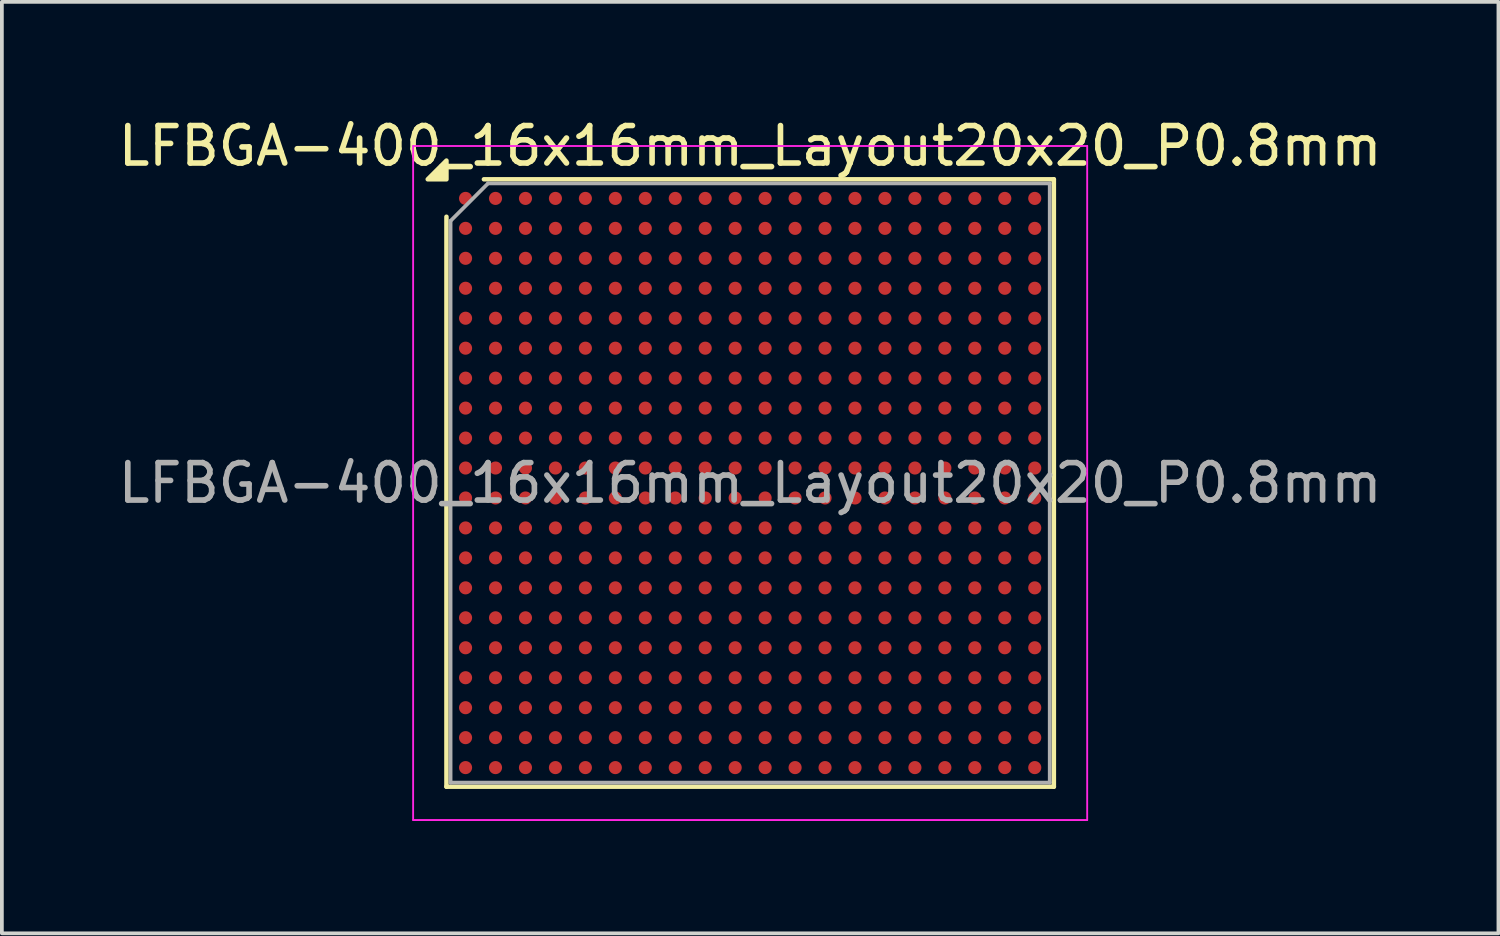
<source format=kicad_pcb>
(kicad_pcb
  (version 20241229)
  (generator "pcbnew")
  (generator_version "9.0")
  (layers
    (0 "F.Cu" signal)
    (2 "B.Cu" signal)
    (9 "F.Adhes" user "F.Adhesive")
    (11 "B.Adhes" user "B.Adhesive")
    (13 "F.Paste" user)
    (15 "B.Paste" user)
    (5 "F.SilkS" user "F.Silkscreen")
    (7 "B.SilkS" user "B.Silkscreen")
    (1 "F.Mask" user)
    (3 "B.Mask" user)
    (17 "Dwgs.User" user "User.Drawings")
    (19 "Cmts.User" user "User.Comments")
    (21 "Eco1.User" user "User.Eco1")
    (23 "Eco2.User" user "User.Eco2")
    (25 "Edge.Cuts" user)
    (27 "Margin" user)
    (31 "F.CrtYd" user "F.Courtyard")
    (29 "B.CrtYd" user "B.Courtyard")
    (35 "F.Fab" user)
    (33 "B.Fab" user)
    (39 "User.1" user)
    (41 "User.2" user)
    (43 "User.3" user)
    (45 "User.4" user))
  (footprint "LFBGA-400_16x16mm_Layout20x20_P0.8mm"
    (layer "F.Cu")
    (at 16.982 9.848)
    (property "Reference" "LFBGA-400_16x16mm_Layout20x20_P0.8mm" (at 0 -9 0) (layer "F.SilkS") (effects (font (size 1 1) (thickness 0.15))))
    (attr smd)
    (fp_line (start -8.11 8.11) (end -8.11 -7.11) (stroke (width 0.12) (type solid)) (layer "F.SilkS"))
    (fp_line (start -7.11 -8.11) (end 8.11 -8.11) (stroke (width 0.12) (type solid)) (layer "F.SilkS"))
    (fp_line (start 8.11 -8.11) (end 8.11 8.11) (stroke (width 0.12) (type solid)) (layer "F.SilkS"))
    (fp_line (start 8.11 8.11) (end -8.11 8.11) (stroke (width 0.12) (type solid)) (layer "F.SilkS"))
    (fp_poly (pts (xy -8.11 -8.11) (xy -8.61 -8.11) (xy -8.11 -8.61)) (stroke (width 0.12) (type solid)) (fill yes) (layer "F.SilkS"))
    (fp_line (start -9 -9) (end -9 9) (stroke (width 0.05) (type solid)) (layer "F.CrtYd"))
    (fp_line (start -9 9) (end 9 9) (stroke (width 0.05) (type solid)) (layer "F.CrtYd"))
    (fp_line (start 9 -9) (end -9 -9) (stroke (width 0.05) (type solid)) (layer "F.CrtYd"))
    (fp_line (start 9 9) (end 9 -9) (stroke (width 0.05) (type solid)) (layer "F.CrtYd"))
    (fp_line (start -8 -7) (end -7 -8) (stroke (width 0.1) (type solid)) (layer "F.Fab"))
    (fp_line (start -8 8) (end -8 -7) (stroke (width 0.1) (type solid)) (layer "F.Fab"))
    (fp_line (start -7 -8) (end 8 -8) (stroke (width 0.1) (type solid)) (layer "F.Fab"))
    (fp_line (start 8 -8) (end 8 8) (stroke (width 0.1) (type solid)) (layer "F.Fab"))
    (fp_line (start 8 8) (end -8 8) (stroke (width 0.1) (type solid)) (layer "F.Fab"))
    (fp_text user "${REFERENCE}" (at 0 0 0) (layer "F.Fab") (effects (font (size 1 1) (thickness 0.15))))
    (pad "A1" smd circle (at -7.6 -7.6) (size 0.35 0.35) (property pad_prop_bga) (layers "F.Cu" "F.Mask" "F.Paste"))
    (pad "A2" smd circle (at -6.8 -7.6) (size 0.35 0.35) (property pad_prop_bga) (layers "F.Cu" "F.Mask" "F.Paste"))
    (pad "A3" smd circle (at -6 -7.6) (size 0.35 0.35) (property pad_prop_bga) (layers "F.Cu" "F.Mask" "F.Paste"))
    (pad "A4" smd circle (at -5.2 -7.6) (size 0.35 0.35) (property pad_prop_bga) (layers "F.Cu" "F.Mask" "F.Paste"))
    (pad "A5" smd circle (at -4.4 -7.6) (size 0.35 0.35) (property pad_prop_bga) (layers "F.Cu" "F.Mask" "F.Paste"))
    (pad "A6" smd circle (at -3.6 -7.6) (size 0.35 0.35) (property pad_prop_bga) (layers "F.Cu" "F.Mask" "F.Paste"))
    (pad "A7" smd circle (at -2.8 -7.6) (size 0.35 0.35) (property pad_prop_bga) (layers "F.Cu" "F.Mask" "F.Paste"))
    (pad "A8" smd circle (at -2 -7.6) (size 0.35 0.35) (property pad_prop_bga) (layers "F.Cu" "F.Mask" "F.Paste"))
    (pad "A9" smd circle (at -1.2 -7.6) (size 0.35 0.35) (property pad_prop_bga) (layers "F.Cu" "F.Mask" "F.Paste"))
    (pad "A10" smd circle (at -0.4 -7.6) (size 0.35 0.35) (property pad_prop_bga) (layers "F.Cu" "F.Mask" "F.Paste"))
    (pad "A11" smd circle (at 0.4 -7.6) (size 0.35 0.35) (property pad_prop_bga) (layers "F.Cu" "F.Mask" "F.Paste"))
    (pad "A12" smd circle (at 1.2 -7.6) (size 0.35 0.35) (property pad_prop_bga) (layers "F.Cu" "F.Mask" "F.Paste"))
    (pad "A13" smd circle (at 2 -7.6) (size 0.35 0.35) (property pad_prop_bga) (layers "F.Cu" "F.Mask" "F.Paste"))
    (pad "A14" smd circle (at 2.8 -7.6) (size 0.35 0.35) (property pad_prop_bga) (layers "F.Cu" "F.Mask" "F.Paste"))
    (pad "A15" smd circle (at 3.6 -7.6) (size 0.35 0.35) (property pad_prop_bga) (layers "F.Cu" "F.Mask" "F.Paste"))
    (pad "A16" smd circle (at 4.4 -7.6) (size 0.35 0.35) (property pad_prop_bga) (layers "F.Cu" "F.Mask" "F.Paste"))
    (pad "A17" smd circle (at 5.2 -7.6) (size 0.35 0.35) (property pad_prop_bga) (layers "F.Cu" "F.Mask" "F.Paste"))
    (pad "A18" smd circle (at 6 -7.6) (size 0.35 0.35) (property pad_prop_bga) (layers "F.Cu" "F.Mask" "F.Paste"))
    (pad "A19" smd circle (at 6.8 -7.6) (size 0.35 0.35) (property pad_prop_bga) (layers "F.Cu" "F.Mask" "F.Paste"))
    (pad "A20" smd circle (at 7.6 -7.6) (size 0.35 0.35) (property pad_prop_bga) (layers "F.Cu" "F.Mask" "F.Paste"))
    (pad "B1" smd circle (at -7.6 -6.8) (size 0.35 0.35) (property pad_prop_bga) (layers "F.Cu" "F.Mask" "F.Paste"))
    (pad "B2" smd circle (at -6.8 -6.8) (size 0.35 0.35) (property pad_prop_bga) (layers "F.Cu" "F.Mask" "F.Paste"))
    (pad "B3" smd circle (at -6 -6.8) (size 0.35 0.35) (property pad_prop_bga) (layers "F.Cu" "F.Mask" "F.Paste"))
    (pad "B4" smd circle (at -5.2 -6.8) (size 0.35 0.35) (property pad_prop_bga) (layers "F.Cu" "F.Mask" "F.Paste"))
    (pad "B5" smd circle (at -4.4 -6.8) (size 0.35 0.35) (property pad_prop_bga) (layers "F.Cu" "F.Mask" "F.Paste"))
    (pad "B6" smd circle (at -3.6 -6.8) (size 0.35 0.35) (property pad_prop_bga) (layers "F.Cu" "F.Mask" "F.Paste"))
    (pad "B7" smd circle (at -2.8 -6.8) (size 0.35 0.35) (property pad_prop_bga) (layers "F.Cu" "F.Mask" "F.Paste"))
    (pad "B8" smd circle (at -2 -6.8) (size 0.35 0.35) (property pad_prop_bga) (layers "F.Cu" "F.Mask" "F.Paste"))
    (pad "B9" smd circle (at -1.2 -6.8) (size 0.35 0.35) (property pad_prop_bga) (layers "F.Cu" "F.Mask" "F.Paste"))
    (pad "B10" smd circle (at -0.4 -6.8) (size 0.35 0.35) (property pad_prop_bga) (layers "F.Cu" "F.Mask" "F.Paste"))
    (pad "B11" smd circle (at 0.4 -6.8) (size 0.35 0.35) (property pad_prop_bga) (layers "F.Cu" "F.Mask" "F.Paste"))
    (pad "B12" smd circle (at 1.2 -6.8) (size 0.35 0.35) (property pad_prop_bga) (layers "F.Cu" "F.Mask" "F.Paste"))
    (pad "B13" smd circle (at 2 -6.8) (size 0.35 0.35) (property pad_prop_bga) (layers "F.Cu" "F.Mask" "F.Paste"))
    (pad "B14" smd circle (at 2.8 -6.8) (size 0.35 0.35) (property pad_prop_bga) (layers "F.Cu" "F.Mask" "F.Paste"))
    (pad "B15" smd circle (at 3.6 -6.8) (size 0.35 0.35) (property pad_prop_bga) (layers "F.Cu" "F.Mask" "F.Paste"))
    (pad "B16" smd circle (at 4.4 -6.8) (size 0.35 0.35) (property pad_prop_bga) (layers "F.Cu" "F.Mask" "F.Paste"))
    (pad "B17" smd circle (at 5.2 -6.8) (size 0.35 0.35) (property pad_prop_bga) (layers "F.Cu" "F.Mask" "F.Paste"))
    (pad "B18" smd circle (at 6 -6.8) (size 0.35 0.35) (property pad_prop_bga) (layers "F.Cu" "F.Mask" "F.Paste"))
    (pad "B19" smd circle (at 6.8 -6.8) (size 0.35 0.35) (property pad_prop_bga) (layers "F.Cu" "F.Mask" "F.Paste"))
    (pad "B20" smd circle (at 7.6 -6.8) (size 0.35 0.35) (property pad_prop_bga) (layers "F.Cu" "F.Mask" "F.Paste"))
    (pad "C1" smd circle (at -7.6 -6) (size 0.35 0.35) (property pad_prop_bga) (layers "F.Cu" "F.Mask" "F.Paste"))
    (pad "C2" smd circle (at -6.8 -6) (size 0.35 0.35) (property pad_prop_bga) (layers "F.Cu" "F.Mask" "F.Paste"))
    (pad "C3" smd circle (at -6 -6) (size 0.35 0.35) (property pad_prop_bga) (layers "F.Cu" "F.Mask" "F.Paste"))
    (pad "C4" smd circle (at -5.2 -6) (size 0.35 0.35) (property pad_prop_bga) (layers "F.Cu" "F.Mask" "F.Paste"))
    (pad "C5" smd circle (at -4.4 -6) (size 0.35 0.35) (property pad_prop_bga) (layers "F.Cu" "F.Mask" "F.Paste"))
    (pad "C6" smd circle (at -3.6 -6) (size 0.35 0.35) (property pad_prop_bga) (layers "F.Cu" "F.Mask" "F.Paste"))
    (pad "C7" smd circle (at -2.8 -6) (size 0.35 0.35) (property pad_prop_bga) (layers "F.Cu" "F.Mask" "F.Paste"))
    (pad "C8" smd circle (at -2 -6) (size 0.35 0.35) (property pad_prop_bga) (layers "F.Cu" "F.Mask" "F.Paste"))
    (pad "C9" smd circle (at -1.2 -6) (size 0.35 0.35) (property pad_prop_bga) (layers "F.Cu" "F.Mask" "F.Paste"))
    (pad "C10" smd circle (at -0.4 -6) (size 0.35 0.35) (property pad_prop_bga) (layers "F.Cu" "F.Mask" "F.Paste"))
    (pad "C11" smd circle (at 0.4 -6) (size 0.35 0.35) (property pad_prop_bga) (layers "F.Cu" "F.Mask" "F.Paste"))
    (pad "C12" smd circle (at 1.2 -6) (size 0.35 0.35) (property pad_prop_bga) (layers "F.Cu" "F.Mask" "F.Paste"))
    (pad "C13" smd circle (at 2 -6) (size 0.35 0.35) (property pad_prop_bga) (layers "F.Cu" "F.Mask" "F.Paste"))
    (pad "C14" smd circle (at 2.8 -6) (size 0.35 0.35) (property pad_prop_bga) (layers "F.Cu" "F.Mask" "F.Paste"))
    (pad "C15" smd circle (at 3.6 -6) (size 0.35 0.35) (property pad_prop_bga) (layers "F.Cu" "F.Mask" "F.Paste"))
    (pad "C16" smd circle (at 4.4 -6) (size 0.35 0.35) (property pad_prop_bga) (layers "F.Cu" "F.Mask" "F.Paste"))
    (pad "C17" smd circle (at 5.2 -6) (size 0.35 0.35) (property pad_prop_bga) (layers "F.Cu" "F.Mask" "F.Paste"))
    (pad "C18" smd circle (at 6 -6) (size 0.35 0.35) (property pad_prop_bga) (layers "F.Cu" "F.Mask" "F.Paste"))
    (pad "C19" smd circle (at 6.8 -6) (size 0.35 0.35) (property pad_prop_bga) (layers "F.Cu" "F.Mask" "F.Paste"))
    (pad "C20" smd circle (at 7.6 -6) (size 0.35 0.35) (property pad_prop_bga) (layers "F.Cu" "F.Mask" "F.Paste"))
    (pad "D1" smd circle (at -7.6 -5.2) (size 0.35 0.35) (property pad_prop_bga) (layers "F.Cu" "F.Mask" "F.Paste"))
    (pad "D2" smd circle (at -6.8 -5.2) (size 0.35 0.35) (property pad_prop_bga) (layers "F.Cu" "F.Mask" "F.Paste"))
    (pad "D3" smd circle (at -6 -5.2) (size 0.35 0.35) (property pad_prop_bga) (layers "F.Cu" "F.Mask" "F.Paste"))
    (pad "D4" smd circle (at -5.2 -5.2) (size 0.35 0.35) (property pad_prop_bga) (layers "F.Cu" "F.Mask" "F.Paste"))
    (pad "D5" smd circle (at -4.4 -5.2) (size 0.35 0.35) (property pad_prop_bga) (layers "F.Cu" "F.Mask" "F.Paste"))
    (pad "D6" smd circle (at -3.6 -5.2) (size 0.35 0.35) (property pad_prop_bga) (layers "F.Cu" "F.Mask" "F.Paste"))
    (pad "D7" smd circle (at -2.8 -5.2) (size 0.35 0.35) (property pad_prop_bga) (layers "F.Cu" "F.Mask" "F.Paste"))
    (pad "D8" smd circle (at -2 -5.2) (size 0.35 0.35) (property pad_prop_bga) (layers "F.Cu" "F.Mask" "F.Paste"))
    (pad "D9" smd circle (at -1.2 -5.2) (size 0.35 0.35) (property pad_prop_bga) (layers "F.Cu" "F.Mask" "F.Paste"))
    (pad "D10" smd circle (at -0.4 -5.2) (size 0.35 0.35) (property pad_prop_bga) (layers "F.Cu" "F.Mask" "F.Paste"))
    (pad "D11" smd circle (at 0.4 -5.2) (size 0.35 0.35) (property pad_prop_bga) (layers "F.Cu" "F.Mask" "F.Paste"))
    (pad "D12" smd circle (at 1.2 -5.2) (size 0.35 0.35) (property pad_prop_bga) (layers "F.Cu" "F.Mask" "F.Paste"))
    (pad "D13" smd circle (at 2 -5.2) (size 0.35 0.35) (property pad_prop_bga) (layers "F.Cu" "F.Mask" "F.Paste"))
    (pad "D14" smd circle (at 2.8 -5.2) (size 0.35 0.35) (property pad_prop_bga) (layers "F.Cu" "F.Mask" "F.Paste"))
    (pad "D15" smd circle (at 3.6 -5.2) (size 0.35 0.35) (property pad_prop_bga) (layers "F.Cu" "F.Mask" "F.Paste"))
    (pad "D16" smd circle (at 4.4 -5.2) (size 0.35 0.35) (property pad_prop_bga) (layers "F.Cu" "F.Mask" "F.Paste"))
    (pad "D17" smd circle (at 5.2 -5.2) (size 0.35 0.35) (property pad_prop_bga) (layers "F.Cu" "F.Mask" "F.Paste"))
    (pad "D18" smd circle (at 6 -5.2) (size 0.35 0.35) (property pad_prop_bga) (layers "F.Cu" "F.Mask" "F.Paste"))
    (pad "D19" smd circle (at 6.8 -5.2) (size 0.35 0.35) (property pad_prop_bga) (layers "F.Cu" "F.Mask" "F.Paste"))
    (pad "D20" smd circle (at 7.6 -5.2) (size 0.35 0.35) (property pad_prop_bga) (layers "F.Cu" "F.Mask" "F.Paste"))
    (pad "E1" smd circle (at -7.6 -4.4) (size 0.35 0.35) (property pad_prop_bga) (layers "F.Cu" "F.Mask" "F.Paste"))
    (pad "E2" smd circle (at -6.8 -4.4) (size 0.35 0.35) (property pad_prop_bga) (layers "F.Cu" "F.Mask" "F.Paste"))
    (pad "E3" smd circle (at -6 -4.4) (size 0.35 0.35) (property pad_prop_bga) (layers "F.Cu" "F.Mask" "F.Paste"))
    (pad "E4" smd circle (at -5.2 -4.4) (size 0.35 0.35) (property pad_prop_bga) (layers "F.Cu" "F.Mask" "F.Paste"))
    (pad "E5" smd circle (at -4.4 -4.4) (size 0.35 0.35) (property pad_prop_bga) (layers "F.Cu" "F.Mask" "F.Paste"))
    (pad "E6" smd circle (at -3.6 -4.4) (size 0.35 0.35) (property pad_prop_bga) (layers "F.Cu" "F.Mask" "F.Paste"))
    (pad "E7" smd circle (at -2.8 -4.4) (size 0.35 0.35) (property pad_prop_bga) (layers "F.Cu" "F.Mask" "F.Paste"))
    (pad "E8" smd circle (at -2 -4.4) (size 0.35 0.35) (property pad_prop_bga) (layers "F.Cu" "F.Mask" "F.Paste"))
    (pad "E9" smd circle (at -1.2 -4.4) (size 0.35 0.35) (property pad_prop_bga) (layers "F.Cu" "F.Mask" "F.Paste"))
    (pad "E10" smd circle (at -0.4 -4.4) (size 0.35 0.35) (property pad_prop_bga) (layers "F.Cu" "F.Mask" "F.Paste"))
    (pad "E11" smd circle (at 0.4 -4.4) (size 0.35 0.35) (property pad_prop_bga) (layers "F.Cu" "F.Mask" "F.Paste"))
    (pad "E12" smd circle (at 1.2 -4.4) (size 0.35 0.35) (property pad_prop_bga) (layers "F.Cu" "F.Mask" "F.Paste"))
    (pad "E13" smd circle (at 2 -4.4) (size 0.35 0.35) (property pad_prop_bga) (layers "F.Cu" "F.Mask" "F.Paste"))
    (pad "E14" smd circle (at 2.8 -4.4) (size 0.35 0.35) (property pad_prop_bga) (layers "F.Cu" "F.Mask" "F.Paste"))
    (pad "E15" smd circle (at 3.6 -4.4) (size 0.35 0.35) (property pad_prop_bga) (layers "F.Cu" "F.Mask" "F.Paste"))
    (pad "E16" smd circle (at 4.4 -4.4) (size 0.35 0.35) (property pad_prop_bga) (layers "F.Cu" "F.Mask" "F.Paste"))
    (pad "E17" smd circle (at 5.2 -4.4) (size 0.35 0.35) (property pad_prop_bga) (layers "F.Cu" "F.Mask" "F.Paste"))
    (pad "E18" smd circle (at 6 -4.4) (size 0.35 0.35) (property pad_prop_bga) (layers "F.Cu" "F.Mask" "F.Paste"))
    (pad "E19" smd circle (at 6.8 -4.4) (size 0.35 0.35) (property pad_prop_bga) (layers "F.Cu" "F.Mask" "F.Paste"))
    (pad "E20" smd circle (at 7.6 -4.4) (size 0.35 0.35) (property pad_prop_bga) (layers "F.Cu" "F.Mask" "F.Paste"))
    (pad "F1" smd circle (at -7.6 -3.6) (size 0.35 0.35) (property pad_prop_bga) (layers "F.Cu" "F.Mask" "F.Paste"))
    (pad "F2" smd circle (at -6.8 -3.6) (size 0.35 0.35) (property pad_prop_bga) (layers "F.Cu" "F.Mask" "F.Paste"))
    (pad "F3" smd circle (at -6 -3.6) (size 0.35 0.35) (property pad_prop_bga) (layers "F.Cu" "F.Mask" "F.Paste"))
    (pad "F4" smd circle (at -5.2 -3.6) (size 0.35 0.35) (property pad_prop_bga) (layers "F.Cu" "F.Mask" "F.Paste"))
    (pad "F5" smd circle (at -4.4 -3.6) (size 0.35 0.35) (property pad_prop_bga) (layers "F.Cu" "F.Mask" "F.Paste"))
    (pad "F6" smd circle (at -3.6 -3.6) (size 0.35 0.35) (property pad_prop_bga) (layers "F.Cu" "F.Mask" "F.Paste"))
    (pad "F7" smd circle (at -2.8 -3.6) (size 0.35 0.35) (property pad_prop_bga) (layers "F.Cu" "F.Mask" "F.Paste"))
    (pad "F8" smd circle (at -2 -3.6) (size 0.35 0.35) (property pad_prop_bga) (layers "F.Cu" "F.Mask" "F.Paste"))
    (pad "F9" smd circle (at -1.2 -3.6) (size 0.35 0.35) (property pad_prop_bga) (layers "F.Cu" "F.Mask" "F.Paste"))
    (pad "F10" smd circle (at -0.4 -3.6) (size 0.35 0.35) (property pad_prop_bga) (layers "F.Cu" "F.Mask" "F.Paste"))
    (pad "F11" smd circle (at 0.4 -3.6) (size 0.35 0.35) (property pad_prop_bga) (layers "F.Cu" "F.Mask" "F.Paste"))
    (pad "F12" smd circle (at 1.2 -3.6) (size 0.35 0.35) (property pad_prop_bga) (layers "F.Cu" "F.Mask" "F.Paste"))
    (pad "F13" smd circle (at 2 -3.6) (size 0.35 0.35) (property pad_prop_bga) (layers "F.Cu" "F.Mask" "F.Paste"))
    (pad "F14" smd circle (at 2.8 -3.6) (size 0.35 0.35) (property pad_prop_bga) (layers "F.Cu" "F.Mask" "F.Paste"))
    (pad "F15" smd circle (at 3.6 -3.6) (size 0.35 0.35) (property pad_prop_bga) (layers "F.Cu" "F.Mask" "F.Paste"))
    (pad "F16" smd circle (at 4.4 -3.6) (size 0.35 0.35) (property pad_prop_bga) (layers "F.Cu" "F.Mask" "F.Paste"))
    (pad "F17" smd circle (at 5.2 -3.6) (size 0.35 0.35) (property pad_prop_bga) (layers "F.Cu" "F.Mask" "F.Paste"))
    (pad "F18" smd circle (at 6 -3.6) (size 0.35 0.35) (property pad_prop_bga) (layers "F.Cu" "F.Mask" "F.Paste"))
    (pad "F19" smd circle (at 6.8 -3.6) (size 0.35 0.35) (property pad_prop_bga) (layers "F.Cu" "F.Mask" "F.Paste"))
    (pad "F20" smd circle (at 7.6 -3.6) (size 0.35 0.35) (property pad_prop_bga) (layers "F.Cu" "F.Mask" "F.Paste"))
    (pad "G1" smd circle (at -7.6 -2.8) (size 0.35 0.35) (property pad_prop_bga) (layers "F.Cu" "F.Mask" "F.Paste"))
    (pad "G2" smd circle (at -6.8 -2.8) (size 0.35 0.35) (property pad_prop_bga) (layers "F.Cu" "F.Mask" "F.Paste"))
    (pad "G3" smd circle (at -6 -2.8) (size 0.35 0.35) (property pad_prop_bga) (layers "F.Cu" "F.Mask" "F.Paste"))
    (pad "G4" smd circle (at -5.2 -2.8) (size 0.35 0.35) (property pad_prop_bga) (layers "F.Cu" "F.Mask" "F.Paste"))
    (pad "G5" smd circle (at -4.4 -2.8) (size 0.35 0.35) (property pad_prop_bga) (layers "F.Cu" "F.Mask" "F.Paste"))
    (pad "G6" smd circle (at -3.6 -2.8) (size 0.35 0.35) (property pad_prop_bga) (layers "F.Cu" "F.Mask" "F.Paste"))
    (pad "G7" smd circle (at -2.8 -2.8) (size 0.35 0.35) (property pad_prop_bga) (layers "F.Cu" "F.Mask" "F.Paste"))
    (pad "G8" smd circle (at -2 -2.8) (size 0.35 0.35) (property pad_prop_bga) (layers "F.Cu" "F.Mask" "F.Paste"))
    (pad "G9" smd circle (at -1.2 -2.8) (size 0.35 0.35) (property pad_prop_bga) (layers "F.Cu" "F.Mask" "F.Paste"))
    (pad "G10" smd circle (at -0.4 -2.8) (size 0.35 0.35) (property pad_prop_bga) (layers "F.Cu" "F.Mask" "F.Paste"))
    (pad "G11" smd circle (at 0.4 -2.8) (size 0.35 0.35) (property pad_prop_bga) (layers "F.Cu" "F.Mask" "F.Paste"))
    (pad "G12" smd circle (at 1.2 -2.8) (size 0.35 0.35) (property pad_prop_bga) (layers "F.Cu" "F.Mask" "F.Paste"))
    (pad "G13" smd circle (at 2 -2.8) (size 0.35 0.35) (property pad_prop_bga) (layers "F.Cu" "F.Mask" "F.Paste"))
    (pad "G14" smd circle (at 2.8 -2.8) (size 0.35 0.35) (property pad_prop_bga) (layers "F.Cu" "F.Mask" "F.Paste"))
    (pad "G15" smd circle (at 3.6 -2.8) (size 0.35 0.35) (property pad_prop_bga) (layers "F.Cu" "F.Mask" "F.Paste"))
    (pad "G16" smd circle (at 4.4 -2.8) (size 0.35 0.35) (property pad_prop_bga) (layers "F.Cu" "F.Mask" "F.Paste"))
    (pad "G17" smd circle (at 5.2 -2.8) (size 0.35 0.35) (property pad_prop_bga) (layers "F.Cu" "F.Mask" "F.Paste"))
    (pad "G18" smd circle (at 6 -2.8) (size 0.35 0.35) (property pad_prop_bga) (layers "F.Cu" "F.Mask" "F.Paste"))
    (pad "G19" smd circle (at 6.8 -2.8) (size 0.35 0.35) (property pad_prop_bga) (layers "F.Cu" "F.Mask" "F.Paste"))
    (pad "G20" smd circle (at 7.6 -2.8) (size 0.35 0.35) (property pad_prop_bga) (layers "F.Cu" "F.Mask" "F.Paste"))
    (pad "H1" smd circle (at -7.6 -2) (size 0.35 0.35) (property pad_prop_bga) (layers "F.Cu" "F.Mask" "F.Paste"))
    (pad "H2" smd circle (at -6.8 -2) (size 0.35 0.35) (property pad_prop_bga) (layers "F.Cu" "F.Mask" "F.Paste"))
    (pad "H3" smd circle (at -6 -2) (size 0.35 0.35) (property pad_prop_bga) (layers "F.Cu" "F.Mask" "F.Paste"))
    (pad "H4" smd circle (at -5.2 -2) (size 0.35 0.35) (property pad_prop_bga) (layers "F.Cu" "F.Mask" "F.Paste"))
    (pad "H5" smd circle (at -4.4 -2) (size 0.35 0.35) (property pad_prop_bga) (layers "F.Cu" "F.Mask" "F.Paste"))
    (pad "H6" smd circle (at -3.6 -2) (size 0.35 0.35) (property pad_prop_bga) (layers "F.Cu" "F.Mask" "F.Paste"))
    (pad "H7" smd circle (at -2.8 -2) (size 0.35 0.35) (property pad_prop_bga) (layers "F.Cu" "F.Mask" "F.Paste"))
    (pad "H8" smd circle (at -2 -2) (size 0.35 0.35) (property pad_prop_bga) (layers "F.Cu" "F.Mask" "F.Paste"))
    (pad "H9" smd circle (at -1.2 -2) (size 0.35 0.35) (property pad_prop_bga) (layers "F.Cu" "F.Mask" "F.Paste"))
    (pad "H10" smd circle (at -0.4 -2) (size 0.35 0.35) (property pad_prop_bga) (layers "F.Cu" "F.Mask" "F.Paste"))
    (pad "H11" smd circle (at 0.4 -2) (size 0.35 0.35) (property pad_prop_bga) (layers "F.Cu" "F.Mask" "F.Paste"))
    (pad "H12" smd circle (at 1.2 -2) (size 0.35 0.35) (property pad_prop_bga) (layers "F.Cu" "F.Mask" "F.Paste"))
    (pad "H13" smd circle (at 2 -2) (size 0.35 0.35) (property pad_prop_bga) (layers "F.Cu" "F.Mask" "F.Paste"))
    (pad "H14" smd circle (at 2.8 -2) (size 0.35 0.35) (property pad_prop_bga) (layers "F.Cu" "F.Mask" "F.Paste"))
    (pad "H15" smd circle (at 3.6 -2) (size 0.35 0.35) (property pad_prop_bga) (layers "F.Cu" "F.Mask" "F.Paste"))
    (pad "H16" smd circle (at 4.4 -2) (size 0.35 0.35) (property pad_prop_bga) (layers "F.Cu" "F.Mask" "F.Paste"))
    (pad "H17" smd circle (at 5.2 -2) (size 0.35 0.35) (property pad_prop_bga) (layers "F.Cu" "F.Mask" "F.Paste"))
    (pad "H18" smd circle (at 6 -2) (size 0.35 0.35) (property pad_prop_bga) (layers "F.Cu" "F.Mask" "F.Paste"))
    (pad "H19" smd circle (at 6.8 -2) (size 0.35 0.35) (property pad_prop_bga) (layers "F.Cu" "F.Mask" "F.Paste"))
    (pad "H20" smd circle (at 7.6 -2) (size 0.35 0.35) (property pad_prop_bga) (layers "F.Cu" "F.Mask" "F.Paste"))
    (pad "J1" smd circle (at -7.6 -1.2) (size 0.35 0.35) (property pad_prop_bga) (layers "F.Cu" "F.Mask" "F.Paste"))
    (pad "J2" smd circle (at -6.8 -1.2) (size 0.35 0.35) (property pad_prop_bga) (layers "F.Cu" "F.Mask" "F.Paste"))
    (pad "J3" smd circle (at -6 -1.2) (size 0.35 0.35) (property pad_prop_bga) (layers "F.Cu" "F.Mask" "F.Paste"))
    (pad "J4" smd circle (at -5.2 -1.2) (size 0.35 0.35) (property pad_prop_bga) (layers "F.Cu" "F.Mask" "F.Paste"))
    (pad "J5" smd circle (at -4.4 -1.2) (size 0.35 0.35) (property pad_prop_bga) (layers "F.Cu" "F.Mask" "F.Paste"))
    (pad "J6" smd circle (at -3.6 -1.2) (size 0.35 0.35) (property pad_prop_bga) (layers "F.Cu" "F.Mask" "F.Paste"))
    (pad "J7" smd circle (at -2.8 -1.2) (size 0.35 0.35) (property pad_prop_bga) (layers "F.Cu" "F.Mask" "F.Paste"))
    (pad "J8" smd circle (at -2 -1.2) (size 0.35 0.35) (property pad_prop_bga) (layers "F.Cu" "F.Mask" "F.Paste"))
    (pad "J9" smd circle (at -1.2 -1.2) (size 0.35 0.35) (property pad_prop_bga) (layers "F.Cu" "F.Mask" "F.Paste"))
    (pad "J10" smd circle (at -0.4 -1.2) (size 0.35 0.35) (property pad_prop_bga) (layers "F.Cu" "F.Mask" "F.Paste"))
    (pad "J11" smd circle (at 0.4 -1.2) (size 0.35 0.35) (property pad_prop_bga) (layers "F.Cu" "F.Mask" "F.Paste"))
    (pad "J12" smd circle (at 1.2 -1.2) (size 0.35 0.35) (property pad_prop_bga) (layers "F.Cu" "F.Mask" "F.Paste"))
    (pad "J13" smd circle (at 2 -1.2) (size 0.35 0.35) (property pad_prop_bga) (layers "F.Cu" "F.Mask" "F.Paste"))
    (pad "J14" smd circle (at 2.8 -1.2) (size 0.35 0.35) (property pad_prop_bga) (layers "F.Cu" "F.Mask" "F.Paste"))
    (pad "J15" smd circle (at 3.6 -1.2) (size 0.35 0.35) (property pad_prop_bga) (layers "F.Cu" "F.Mask" "F.Paste"))
    (pad "J16" smd circle (at 4.4 -1.2) (size 0.35 0.35) (property pad_prop_bga) (layers "F.Cu" "F.Mask" "F.Paste"))
    (pad "J17" smd circle (at 5.2 -1.2) (size 0.35 0.35) (property pad_prop_bga) (layers "F.Cu" "F.Mask" "F.Paste"))
    (pad "J18" smd circle (at 6 -1.2) (size 0.35 0.35) (property pad_prop_bga) (layers "F.Cu" "F.Mask" "F.Paste"))
    (pad "J19" smd circle (at 6.8 -1.2) (size 0.35 0.35) (property pad_prop_bga) (layers "F.Cu" "F.Mask" "F.Paste"))
    (pad "J20" smd circle (at 7.6 -1.2) (size 0.35 0.35) (property pad_prop_bga) (layers "F.Cu" "F.Mask" "F.Paste"))
    (pad "K1" smd circle (at -7.6 -0.4) (size 0.35 0.35) (property pad_prop_bga) (layers "F.Cu" "F.Mask" "F.Paste"))
    (pad "K2" smd circle (at -6.8 -0.4) (size 0.35 0.35) (property pad_prop_bga) (layers "F.Cu" "F.Mask" "F.Paste"))
    (pad "K3" smd circle (at -6 -0.4) (size 0.35 0.35) (property pad_prop_bga) (layers "F.Cu" "F.Mask" "F.Paste"))
    (pad "K4" smd circle (at -5.2 -0.4) (size 0.35 0.35) (property pad_prop_bga) (layers "F.Cu" "F.Mask" "F.Paste"))
    (pad "K5" smd circle (at -4.4 -0.4) (size 0.35 0.35) (property pad_prop_bga) (layers "F.Cu" "F.Mask" "F.Paste"))
    (pad "K6" smd circle (at -3.6 -0.4) (size 0.35 0.35) (property pad_prop_bga) (layers "F.Cu" "F.Mask" "F.Paste"))
    (pad "K7" smd circle (at -2.8 -0.4) (size 0.35 0.35) (property pad_prop_bga) (layers "F.Cu" "F.Mask" "F.Paste"))
    (pad "K8" smd circle (at -2 -0.4) (size 0.35 0.35) (property pad_prop_bga) (layers "F.Cu" "F.Mask" "F.Paste"))
    (pad "K9" smd circle (at -1.2 -0.4) (size 0.35 0.35) (property pad_prop_bga) (layers "F.Cu" "F.Mask" "F.Paste"))
    (pad "K10" smd circle (at -0.4 -0.4) (size 0.35 0.35) (property pad_prop_bga) (layers "F.Cu" "F.Mask" "F.Paste"))
    (pad "K11" smd circle (at 0.4 -0.4) (size 0.35 0.35) (property pad_prop_bga) (layers "F.Cu" "F.Mask" "F.Paste"))
    (pad "K12" smd circle (at 1.2 -0.4) (size 0.35 0.35) (property pad_prop_bga) (layers "F.Cu" "F.Mask" "F.Paste"))
    (pad "K13" smd circle (at 2 -0.4) (size 0.35 0.35) (property pad_prop_bga) (layers "F.Cu" "F.Mask" "F.Paste"))
    (pad "K14" smd circle (at 2.8 -0.4) (size 0.35 0.35) (property pad_prop_bga) (layers "F.Cu" "F.Mask" "F.Paste"))
    (pad "K15" smd circle (at 3.6 -0.4) (size 0.35 0.35) (property pad_prop_bga) (layers "F.Cu" "F.Mask" "F.Paste"))
    (pad "K16" smd circle (at 4.4 -0.4) (size 0.35 0.35) (property pad_prop_bga) (layers "F.Cu" "F.Mask" "F.Paste"))
    (pad "K17" smd circle (at 5.2 -0.4) (size 0.35 0.35) (property pad_prop_bga) (layers "F.Cu" "F.Mask" "F.Paste"))
    (pad "K18" smd circle (at 6 -0.4) (size 0.35 0.35) (property pad_prop_bga) (layers "F.Cu" "F.Mask" "F.Paste"))
    (pad "K19" smd circle (at 6.8 -0.4) (size 0.35 0.35) (property pad_prop_bga) (layers "F.Cu" "F.Mask" "F.Paste"))
    (pad "K20" smd circle (at 7.6 -0.4) (size 0.35 0.35) (property pad_prop_bga) (layers "F.Cu" "F.Mask" "F.Paste"))
    (pad "L1" smd circle (at -7.6 0.4) (size 0.35 0.35) (property pad_prop_bga) (layers "F.Cu" "F.Mask" "F.Paste"))
    (pad "L2" smd circle (at -6.8 0.4) (size 0.35 0.35) (property pad_prop_bga) (layers "F.Cu" "F.Mask" "F.Paste"))
    (pad "L3" smd circle (at -6 0.4) (size 0.35 0.35) (property pad_prop_bga) (layers "F.Cu" "F.Mask" "F.Paste"))
    (pad "L4" smd circle (at -5.2 0.4) (size 0.35 0.35) (property pad_prop_bga) (layers "F.Cu" "F.Mask" "F.Paste"))
    (pad "L5" smd circle (at -4.4 0.4) (size 0.35 0.35) (property pad_prop_bga) (layers "F.Cu" "F.Mask" "F.Paste"))
    (pad "L6" smd circle (at -3.6 0.4) (size 0.35 0.35) (property pad_prop_bga) (layers "F.Cu" "F.Mask" "F.Paste"))
    (pad "L7" smd circle (at -2.8 0.4) (size 0.35 0.35) (property pad_prop_bga) (layers "F.Cu" "F.Mask" "F.Paste"))
    (pad "L8" smd circle (at -2 0.4) (size 0.35 0.35) (property pad_prop_bga) (layers "F.Cu" "F.Mask" "F.Paste"))
    (pad "L9" smd circle (at -1.2 0.4) (size 0.35 0.35) (property pad_prop_bga) (layers "F.Cu" "F.Mask" "F.Paste"))
    (pad "L10" smd circle (at -0.4 0.4) (size 0.35 0.35) (property pad_prop_bga) (layers "F.Cu" "F.Mask" "F.Paste"))
    (pad "L11" smd circle (at 0.4 0.4) (size 0.35 0.35) (property pad_prop_bga) (layers "F.Cu" "F.Mask" "F.Paste"))
    (pad "L12" smd circle (at 1.2 0.4) (size 0.35 0.35) (property pad_prop_bga) (layers "F.Cu" "F.Mask" "F.Paste"))
    (pad "L13" smd circle (at 2 0.4) (size 0.35 0.35) (property pad_prop_bga) (layers "F.Cu" "F.Mask" "F.Paste"))
    (pad "L14" smd circle (at 2.8 0.4) (size 0.35 0.35) (property pad_prop_bga) (layers "F.Cu" "F.Mask" "F.Paste"))
    (pad "L15" smd circle (at 3.6 0.4) (size 0.35 0.35) (property pad_prop_bga) (layers "F.Cu" "F.Mask" "F.Paste"))
    (pad "L16" smd circle (at 4.4 0.4) (size 0.35 0.35) (property pad_prop_bga) (layers "F.Cu" "F.Mask" "F.Paste"))
    (pad "L17" smd circle (at 5.2 0.4) (size 0.35 0.35) (property pad_prop_bga) (layers "F.Cu" "F.Mask" "F.Paste"))
    (pad "L18" smd circle (at 6 0.4) (size 0.35 0.35) (property pad_prop_bga) (layers "F.Cu" "F.Mask" "F.Paste"))
    (pad "L19" smd circle (at 6.8 0.4) (size 0.35 0.35) (property pad_prop_bga) (layers "F.Cu" "F.Mask" "F.Paste"))
    (pad "L20" smd circle (at 7.6 0.4) (size 0.35 0.35) (property pad_prop_bga) (layers "F.Cu" "F.Mask" "F.Paste"))
    (pad "M1" smd circle (at -7.6 1.2) (size 0.35 0.35) (property pad_prop_bga) (layers "F.Cu" "F.Mask" "F.Paste"))
    (pad "M2" smd circle (at -6.8 1.2) (size 0.35 0.35) (property pad_prop_bga) (layers "F.Cu" "F.Mask" "F.Paste"))
    (pad "M3" smd circle (at -6 1.2) (size 0.35 0.35) (property pad_prop_bga) (layers "F.Cu" "F.Mask" "F.Paste"))
    (pad "M4" smd circle (at -5.2 1.2) (size 0.35 0.35) (property pad_prop_bga) (layers "F.Cu" "F.Mask" "F.Paste"))
    (pad "M5" smd circle (at -4.4 1.2) (size 0.35 0.35) (property pad_prop_bga) (layers "F.Cu" "F.Mask" "F.Paste"))
    (pad "M6" smd circle (at -3.6 1.2) (size 0.35 0.35) (property pad_prop_bga) (layers "F.Cu" "F.Mask" "F.Paste"))
    (pad "M7" smd circle (at -2.8 1.2) (size 0.35 0.35) (property pad_prop_bga) (layers "F.Cu" "F.Mask" "F.Paste"))
    (pad "M8" smd circle (at -2 1.2) (size 0.35 0.35) (property pad_prop_bga) (layers "F.Cu" "F.Mask" "F.Paste"))
    (pad "M9" smd circle (at -1.2 1.2) (size 0.35 0.35) (property pad_prop_bga) (layers "F.Cu" "F.Mask" "F.Paste"))
    (pad "M10" smd circle (at -0.4 1.2) (size 0.35 0.35) (property pad_prop_bga) (layers "F.Cu" "F.Mask" "F.Paste"))
    (pad "M11" smd circle (at 0.4 1.2) (size 0.35 0.35) (property pad_prop_bga) (layers "F.Cu" "F.Mask" "F.Paste"))
    (pad "M12" smd circle (at 1.2 1.2) (size 0.35 0.35) (property pad_prop_bga) (layers "F.Cu" "F.Mask" "F.Paste"))
    (pad "M13" smd circle (at 2 1.2) (size 0.35 0.35) (property pad_prop_bga) (layers "F.Cu" "F.Mask" "F.Paste"))
    (pad "M14" smd circle (at 2.8 1.2) (size 0.35 0.35) (property pad_prop_bga) (layers "F.Cu" "F.Mask" "F.Paste"))
    (pad "M15" smd circle (at 3.6 1.2) (size 0.35 0.35) (property pad_prop_bga) (layers "F.Cu" "F.Mask" "F.Paste"))
    (pad "M16" smd circle (at 4.4 1.2) (size 0.35 0.35) (property pad_prop_bga) (layers "F.Cu" "F.Mask" "F.Paste"))
    (pad "M17" smd circle (at 5.2 1.2) (size 0.35 0.35) (property pad_prop_bga) (layers "F.Cu" "F.Mask" "F.Paste"))
    (pad "M18" smd circle (at 6 1.2) (size 0.35 0.35) (property pad_prop_bga) (layers "F.Cu" "F.Mask" "F.Paste"))
    (pad "M19" smd circle (at 6.8 1.2) (size 0.35 0.35) (property pad_prop_bga) (layers "F.Cu" "F.Mask" "F.Paste"))
    (pad "M20" smd circle (at 7.6 1.2) (size 0.35 0.35) (property pad_prop_bga) (layers "F.Cu" "F.Mask" "F.Paste"))
    (pad "N1" smd circle (at -7.6 2) (size 0.35 0.35) (property pad_prop_bga) (layers "F.Cu" "F.Mask" "F.Paste"))
    (pad "N2" smd circle (at -6.8 2) (size 0.35 0.35) (property pad_prop_bga) (layers "F.Cu" "F.Mask" "F.Paste"))
    (pad "N3" smd circle (at -6 2) (size 0.35 0.35) (property pad_prop_bga) (layers "F.Cu" "F.Mask" "F.Paste"))
    (pad "N4" smd circle (at -5.2 2) (size 0.35 0.35) (property pad_prop_bga) (layers "F.Cu" "F.Mask" "F.Paste"))
    (pad "N5" smd circle (at -4.4 2) (size 0.35 0.35) (property pad_prop_bga) (layers "F.Cu" "F.Mask" "F.Paste"))
    (pad "N6" smd circle (at -3.6 2) (size 0.35 0.35) (property pad_prop_bga) (layers "F.Cu" "F.Mask" "F.Paste"))
    (pad "N7" smd circle (at -2.8 2) (size 0.35 0.35) (property pad_prop_bga) (layers "F.Cu" "F.Mask" "F.Paste"))
    (pad "N8" smd circle (at -2 2) (size 0.35 0.35) (property pad_prop_bga) (layers "F.Cu" "F.Mask" "F.Paste"))
    (pad "N9" smd circle (at -1.2 2) (size 0.35 0.35) (property pad_prop_bga) (layers "F.Cu" "F.Mask" "F.Paste"))
    (pad "N10" smd circle (at -0.4 2) (size 0.35 0.35) (property pad_prop_bga) (layers "F.Cu" "F.Mask" "F.Paste"))
    (pad "N11" smd circle (at 0.4 2) (size 0.35 0.35) (property pad_prop_bga) (layers "F.Cu" "F.Mask" "F.Paste"))
    (pad "N12" smd circle (at 1.2 2) (size 0.35 0.35) (property pad_prop_bga) (layers "F.Cu" "F.Mask" "F.Paste"))
    (pad "N13" smd circle (at 2 2) (size 0.35 0.35) (property pad_prop_bga) (layers "F.Cu" "F.Mask" "F.Paste"))
    (pad "N14" smd circle (at 2.8 2) (size 0.35 0.35) (property pad_prop_bga) (layers "F.Cu" "F.Mask" "F.Paste"))
    (pad "N15" smd circle (at 3.6 2) (size 0.35 0.35) (property pad_prop_bga) (layers "F.Cu" "F.Mask" "F.Paste"))
    (pad "N16" smd circle (at 4.4 2) (size 0.35 0.35) (property pad_prop_bga) (layers "F.Cu" "F.Mask" "F.Paste"))
    (pad "N17" smd circle (at 5.2 2) (size 0.35 0.35) (property pad_prop_bga) (layers "F.Cu" "F.Mask" "F.Paste"))
    (pad "N18" smd circle (at 6 2) (size 0.35 0.35) (property pad_prop_bga) (layers "F.Cu" "F.Mask" "F.Paste"))
    (pad "N19" smd circle (at 6.8 2) (size 0.35 0.35) (property pad_prop_bga) (layers "F.Cu" "F.Mask" "F.Paste"))
    (pad "N20" smd circle (at 7.6 2) (size 0.35 0.35) (property pad_prop_bga) (layers "F.Cu" "F.Mask" "F.Paste"))
    (pad "P1" smd circle (at -7.6 2.8) (size 0.35 0.35) (property pad_prop_bga) (layers "F.Cu" "F.Mask" "F.Paste"))
    (pad "P2" smd circle (at -6.8 2.8) (size 0.35 0.35) (property pad_prop_bga) (layers "F.Cu" "F.Mask" "F.Paste"))
    (pad "P3" smd circle (at -6 2.8) (size 0.35 0.35) (property pad_prop_bga) (layers "F.Cu" "F.Mask" "F.Paste"))
    (pad "P4" smd circle (at -5.2 2.8) (size 0.35 0.35) (property pad_prop_bga) (layers "F.Cu" "F.Mask" "F.Paste"))
    (pad "P5" smd circle (at -4.4 2.8) (size 0.35 0.35) (property pad_prop_bga) (layers "F.Cu" "F.Mask" "F.Paste"))
    (pad "P6" smd circle (at -3.6 2.8) (size 0.35 0.35) (property pad_prop_bga) (layers "F.Cu" "F.Mask" "F.Paste"))
    (pad "P7" smd circle (at -2.8 2.8) (size 0.35 0.35) (property pad_prop_bga) (layers "F.Cu" "F.Mask" "F.Paste"))
    (pad "P8" smd circle (at -2 2.8) (size 0.35 0.35) (property pad_prop_bga) (layers "F.Cu" "F.Mask" "F.Paste"))
    (pad "P9" smd circle (at -1.2 2.8) (size 0.35 0.35) (property pad_prop_bga) (layers "F.Cu" "F.Mask" "F.Paste"))
    (pad "P10" smd circle (at -0.4 2.8) (size 0.35 0.35) (property pad_prop_bga) (layers "F.Cu" "F.Mask" "F.Paste"))
    (pad "P11" smd circle (at 0.4 2.8) (size 0.35 0.35) (property pad_prop_bga) (layers "F.Cu" "F.Mask" "F.Paste"))
    (pad "P12" smd circle (at 1.2 2.8) (size 0.35 0.35) (property pad_prop_bga) (layers "F.Cu" "F.Mask" "F.Paste"))
    (pad "P13" smd circle (at 2 2.8) (size 0.35 0.35) (property pad_prop_bga) (layers "F.Cu" "F.Mask" "F.Paste"))
    (pad "P14" smd circle (at 2.8 2.8) (size 0.35 0.35) (property pad_prop_bga) (layers "F.Cu" "F.Mask" "F.Paste"))
    (pad "P15" smd circle (at 3.6 2.8) (size 0.35 0.35) (property pad_prop_bga) (layers "F.Cu" "F.Mask" "F.Paste"))
    (pad "P16" smd circle (at 4.4 2.8) (size 0.35 0.35) (property pad_prop_bga) (layers "F.Cu" "F.Mask" "F.Paste"))
    (pad "P17" smd circle (at 5.2 2.8) (size 0.35 0.35) (property pad_prop_bga) (layers "F.Cu" "F.Mask" "F.Paste"))
    (pad "P18" smd circle (at 6 2.8) (size 0.35 0.35) (property pad_prop_bga) (layers "F.Cu" "F.Mask" "F.Paste"))
    (pad "P19" smd circle (at 6.8 2.8) (size 0.35 0.35) (property pad_prop_bga) (layers "F.Cu" "F.Mask" "F.Paste"))
    (pad "P20" smd circle (at 7.6 2.8) (size 0.35 0.35) (property pad_prop_bga) (layers "F.Cu" "F.Mask" "F.Paste"))
    (pad "R1" smd circle (at -7.6 3.6) (size 0.35 0.35) (property pad_prop_bga) (layers "F.Cu" "F.Mask" "F.Paste"))
    (pad "R2" smd circle (at -6.8 3.6) (size 0.35 0.35) (property pad_prop_bga) (layers "F.Cu" "F.Mask" "F.Paste"))
    (pad "R3" smd circle (at -6 3.6) (size 0.35 0.35) (property pad_prop_bga) (layers "F.Cu" "F.Mask" "F.Paste"))
    (pad "R4" smd circle (at -5.2 3.6) (size 0.35 0.35) (property pad_prop_bga) (layers "F.Cu" "F.Mask" "F.Paste"))
    (pad "R5" smd circle (at -4.4 3.6) (size 0.35 0.35) (property pad_prop_bga) (layers "F.Cu" "F.Mask" "F.Paste"))
    (pad "R6" smd circle (at -3.6 3.6) (size 0.35 0.35) (property pad_prop_bga) (layers "F.Cu" "F.Mask" "F.Paste"))
    (pad "R7" smd circle (at -2.8 3.6) (size 0.35 0.35) (property pad_prop_bga) (layers "F.Cu" "F.Mask" "F.Paste"))
    (pad "R8" smd circle (at -2 3.6) (size 0.35 0.35) (property pad_prop_bga) (layers "F.Cu" "F.Mask" "F.Paste"))
    (pad "R9" smd circle (at -1.2 3.6) (size 0.35 0.35) (property pad_prop_bga) (layers "F.Cu" "F.Mask" "F.Paste"))
    (pad "R10" smd circle (at -0.4 3.6) (size 0.35 0.35) (property pad_prop_bga) (layers "F.Cu" "F.Mask" "F.Paste"))
    (pad "R11" smd circle (at 0.4 3.6) (size 0.35 0.35) (property pad_prop_bga) (layers "F.Cu" "F.Mask" "F.Paste"))
    (pad "R12" smd circle (at 1.2 3.6) (size 0.35 0.35) (property pad_prop_bga) (layers "F.Cu" "F.Mask" "F.Paste"))
    (pad "R13" smd circle (at 2 3.6) (size 0.35 0.35) (property pad_prop_bga) (layers "F.Cu" "F.Mask" "F.Paste"))
    (pad "R14" smd circle (at 2.8 3.6) (size 0.35 0.35) (property pad_prop_bga) (layers "F.Cu" "F.Mask" "F.Paste"))
    (pad "R15" smd circle (at 3.6 3.6) (size 0.35 0.35) (property pad_prop_bga) (layers "F.Cu" "F.Mask" "F.Paste"))
    (pad "R16" smd circle (at 4.4 3.6) (size 0.35 0.35) (property pad_prop_bga) (layers "F.Cu" "F.Mask" "F.Paste"))
    (pad "R17" smd circle (at 5.2 3.6) (size 0.35 0.35) (property pad_prop_bga) (layers "F.Cu" "F.Mask" "F.Paste"))
    (pad "R18" smd circle (at 6 3.6) (size 0.35 0.35) (property pad_prop_bga) (layers "F.Cu" "F.Mask" "F.Paste"))
    (pad "R19" smd circle (at 6.8 3.6) (size 0.35 0.35) (property pad_prop_bga) (layers "F.Cu" "F.Mask" "F.Paste"))
    (pad "R20" smd circle (at 7.6 3.6) (size 0.35 0.35) (property pad_prop_bga) (layers "F.Cu" "F.Mask" "F.Paste"))
    (pad "T1" smd circle (at -7.6 4.4) (size 0.35 0.35) (property pad_prop_bga) (layers "F.Cu" "F.Mask" "F.Paste"))
    (pad "T2" smd circle (at -6.8 4.4) (size 0.35 0.35) (property pad_prop_bga) (layers "F.Cu" "F.Mask" "F.Paste"))
    (pad "T3" smd circle (at -6 4.4) (size 0.35 0.35) (property pad_prop_bga) (layers "F.Cu" "F.Mask" "F.Paste"))
    (pad "T4" smd circle (at -5.2 4.4) (size 0.35 0.35) (property pad_prop_bga) (layers "F.Cu" "F.Mask" "F.Paste"))
    (pad "T5" smd circle (at -4.4 4.4) (size 0.35 0.35) (property pad_prop_bga) (layers "F.Cu" "F.Mask" "F.Paste"))
    (pad "T6" smd circle (at -3.6 4.4) (size 0.35 0.35) (property pad_prop_bga) (layers "F.Cu" "F.Mask" "F.Paste"))
    (pad "T7" smd circle (at -2.8 4.4) (size 0.35 0.35) (property pad_prop_bga) (layers "F.Cu" "F.Mask" "F.Paste"))
    (pad "T8" smd circle (at -2 4.4) (size 0.35 0.35) (property pad_prop_bga) (layers "F.Cu" "F.Mask" "F.Paste"))
    (pad "T9" smd circle (at -1.2 4.4) (size 0.35 0.35) (property pad_prop_bga) (layers "F.Cu" "F.Mask" "F.Paste"))
    (pad "T10" smd circle (at -0.4 4.4) (size 0.35 0.35) (property pad_prop_bga) (layers "F.Cu" "F.Mask" "F.Paste"))
    (pad "T11" smd circle (at 0.4 4.4) (size 0.35 0.35) (property pad_prop_bga) (layers "F.Cu" "F.Mask" "F.Paste"))
    (pad "T12" smd circle (at 1.2 4.4) (size 0.35 0.35) (property pad_prop_bga) (layers "F.Cu" "F.Mask" "F.Paste"))
    (pad "T13" smd circle (at 2 4.4) (size 0.35 0.35) (property pad_prop_bga) (layers "F.Cu" "F.Mask" "F.Paste"))
    (pad "T14" smd circle (at 2.8 4.4) (size 0.35 0.35) (property pad_prop_bga) (layers "F.Cu" "F.Mask" "F.Paste"))
    (pad "T15" smd circle (at 3.6 4.4) (size 0.35 0.35) (property pad_prop_bga) (layers "F.Cu" "F.Mask" "F.Paste"))
    (pad "T16" smd circle (at 4.4 4.4) (size 0.35 0.35) (property pad_prop_bga) (layers "F.Cu" "F.Mask" "F.Paste"))
    (pad "T17" smd circle (at 5.2 4.4) (size 0.35 0.35) (property pad_prop_bga) (layers "F.Cu" "F.Mask" "F.Paste"))
    (pad "T18" smd circle (at 6 4.4) (size 0.35 0.35) (property pad_prop_bga) (layers "F.Cu" "F.Mask" "F.Paste"))
    (pad "T19" smd circle (at 6.8 4.4) (size 0.35 0.35) (property pad_prop_bga) (layers "F.Cu" "F.Mask" "F.Paste"))
    (pad "T20" smd circle (at 7.6 4.4) (size 0.35 0.35) (property pad_prop_bga) (layers "F.Cu" "F.Mask" "F.Paste"))
    (pad "U1" smd circle (at -7.6 5.2) (size 0.35 0.35) (property pad_prop_bga) (layers "F.Cu" "F.Mask" "F.Paste"))
    (pad "U2" smd circle (at -6.8 5.2) (size 0.35 0.35) (property pad_prop_bga) (layers "F.Cu" "F.Mask" "F.Paste"))
    (pad "U3" smd circle (at -6 5.2) (size 0.35 0.35) (property pad_prop_bga) (layers "F.Cu" "F.Mask" "F.Paste"))
    (pad "U4" smd circle (at -5.2 5.2) (size 0.35 0.35) (property pad_prop_bga) (layers "F.Cu" "F.Mask" "F.Paste"))
    (pad "U5" smd circle (at -4.4 5.2) (size 0.35 0.35) (property pad_prop_bga) (layers "F.Cu" "F.Mask" "F.Paste"))
    (pad "U6" smd circle (at -3.6 5.2) (size 0.35 0.35) (property pad_prop_bga) (layers "F.Cu" "F.Mask" "F.Paste"))
    (pad "U7" smd circle (at -2.8 5.2) (size 0.35 0.35) (property pad_prop_bga) (layers "F.Cu" "F.Mask" "F.Paste"))
    (pad "U8" smd circle (at -2 5.2) (size 0.35 0.35) (property pad_prop_bga) (layers "F.Cu" "F.Mask" "F.Paste"))
    (pad "U9" smd circle (at -1.2 5.2) (size 0.35 0.35) (property pad_prop_bga) (layers "F.Cu" "F.Mask" "F.Paste"))
    (pad "U10" smd circle (at -0.4 5.2) (size 0.35 0.35) (property pad_prop_bga) (layers "F.Cu" "F.Mask" "F.Paste"))
    (pad "U11" smd circle (at 0.4 5.2) (size 0.35 0.35) (property pad_prop_bga) (layers "F.Cu" "F.Mask" "F.Paste"))
    (pad "U12" smd circle (at 1.2 5.2) (size 0.35 0.35) (property pad_prop_bga) (layers "F.Cu" "F.Mask" "F.Paste"))
    (pad "U13" smd circle (at 2 5.2) (size 0.35 0.35) (property pad_prop_bga) (layers "F.Cu" "F.Mask" "F.Paste"))
    (pad "U14" smd circle (at 2.8 5.2) (size 0.35 0.35) (property pad_prop_bga) (layers "F.Cu" "F.Mask" "F.Paste"))
    (pad "U15" smd circle (at 3.6 5.2) (size 0.35 0.35) (property pad_prop_bga) (layers "F.Cu" "F.Mask" "F.Paste"))
    (pad "U16" smd circle (at 4.4 5.2) (size 0.35 0.35) (property pad_prop_bga) (layers "F.Cu" "F.Mask" "F.Paste"))
    (pad "U17" smd circle (at 5.2 5.2) (size 0.35 0.35) (property pad_prop_bga) (layers "F.Cu" "F.Mask" "F.Paste"))
    (pad "U18" smd circle (at 6 5.2) (size 0.35 0.35) (property pad_prop_bga) (layers "F.Cu" "F.Mask" "F.Paste"))
    (pad "U19" smd circle (at 6.8 5.2) (size 0.35 0.35) (property pad_prop_bga) (layers "F.Cu" "F.Mask" "F.Paste"))
    (pad "U20" smd circle (at 7.6 5.2) (size 0.35 0.35) (property pad_prop_bga) (layers "F.Cu" "F.Mask" "F.Paste"))
    (pad "V1" smd circle (at -7.6 6) (size 0.35 0.35) (property pad_prop_bga) (layers "F.Cu" "F.Mask" "F.Paste"))
    (pad "V2" smd circle (at -6.8 6) (size 0.35 0.35) (property pad_prop_bga) (layers "F.Cu" "F.Mask" "F.Paste"))
    (pad "V3" smd circle (at -6 6) (size 0.35 0.35) (property pad_prop_bga) (layers "F.Cu" "F.Mask" "F.Paste"))
    (pad "V4" smd circle (at -5.2 6) (size 0.35 0.35) (property pad_prop_bga) (layers "F.Cu" "F.Mask" "F.Paste"))
    (pad "V5" smd circle (at -4.4 6) (size 0.35 0.35) (property pad_prop_bga) (layers "F.Cu" "F.Mask" "F.Paste"))
    (pad "V6" smd circle (at -3.6 6) (size 0.35 0.35) (property pad_prop_bga) (layers "F.Cu" "F.Mask" "F.Paste"))
    (pad "V7" smd circle (at -2.8 6) (size 0.35 0.35) (property pad_prop_bga) (layers "F.Cu" "F.Mask" "F.Paste"))
    (pad "V8" smd circle (at -2 6) (size 0.35 0.35) (property pad_prop_bga) (layers "F.Cu" "F.Mask" "F.Paste"))
    (pad "V9" smd circle (at -1.2 6) (size 0.35 0.35) (property pad_prop_bga) (layers "F.Cu" "F.Mask" "F.Paste"))
    (pad "V10" smd circle (at -0.4 6) (size 0.35 0.35) (property pad_prop_bga) (layers "F.Cu" "F.Mask" "F.Paste"))
    (pad "V11" smd circle (at 0.4 6) (size 0.35 0.35) (property pad_prop_bga) (layers "F.Cu" "F.Mask" "F.Paste"))
    (pad "V12" smd circle (at 1.2 6) (size 0.35 0.35) (property pad_prop_bga) (layers "F.Cu" "F.Mask" "F.Paste"))
    (pad "V13" smd circle (at 2 6) (size 0.35 0.35) (property pad_prop_bga) (layers "F.Cu" "F.Mask" "F.Paste"))
    (pad "V14" smd circle (at 2.8 6) (size 0.35 0.35) (property pad_prop_bga) (layers "F.Cu" "F.Mask" "F.Paste"))
    (pad "V15" smd circle (at 3.6 6) (size 0.35 0.35) (property pad_prop_bga) (layers "F.Cu" "F.Mask" "F.Paste"))
    (pad "V16" smd circle (at 4.4 6) (size 0.35 0.35) (property pad_prop_bga) (layers "F.Cu" "F.Mask" "F.Paste"))
    (pad "V17" smd circle (at 5.2 6) (size 0.35 0.35) (property pad_prop_bga) (layers "F.Cu" "F.Mask" "F.Paste"))
    (pad "V18" smd circle (at 6 6) (size 0.35 0.35) (property pad_prop_bga) (layers "F.Cu" "F.Mask" "F.Paste"))
    (pad "V19" smd circle (at 6.8 6) (size 0.35 0.35) (property pad_prop_bga) (layers "F.Cu" "F.Mask" "F.Paste"))
    (pad "V20" smd circle (at 7.6 6) (size 0.35 0.35) (property pad_prop_bga) (layers "F.Cu" "F.Mask" "F.Paste"))
    (pad "W1" smd circle (at -7.6 6.8) (size 0.35 0.35) (property pad_prop_bga) (layers "F.Cu" "F.Mask" "F.Paste"))
    (pad "W2" smd circle (at -6.8 6.8) (size 0.35 0.35) (property pad_prop_bga) (layers "F.Cu" "F.Mask" "F.Paste"))
    (pad "W3" smd circle (at -6 6.8) (size 0.35 0.35) (property pad_prop_bga) (layers "F.Cu" "F.Mask" "F.Paste"))
    (pad "W4" smd circle (at -5.2 6.8) (size 0.35 0.35) (property pad_prop_bga) (layers "F.Cu" "F.Mask" "F.Paste"))
    (pad "W5" smd circle (at -4.4 6.8) (size 0.35 0.35) (property pad_prop_bga) (layers "F.Cu" "F.Mask" "F.Paste"))
    (pad "W6" smd circle (at -3.6 6.8) (size 0.35 0.35) (property pad_prop_bga) (layers "F.Cu" "F.Mask" "F.Paste"))
    (pad "W7" smd circle (at -2.8 6.8) (size 0.35 0.35) (property pad_prop_bga) (layers "F.Cu" "F.Mask" "F.Paste"))
    (pad "W8" smd circle (at -2 6.8) (size 0.35 0.35) (property pad_prop_bga) (layers "F.Cu" "F.Mask" "F.Paste"))
    (pad "W9" smd circle (at -1.2 6.8) (size 0.35 0.35) (property pad_prop_bga) (layers "F.Cu" "F.Mask" "F.Paste"))
    (pad "W10" smd circle (at -0.4 6.8) (size 0.35 0.35) (property pad_prop_bga) (layers "F.Cu" "F.Mask" "F.Paste"))
    (pad "W11" smd circle (at 0.4 6.8) (size 0.35 0.35) (property pad_prop_bga) (layers "F.Cu" "F.Mask" "F.Paste"))
    (pad "W12" smd circle (at 1.2 6.8) (size 0.35 0.35) (property pad_prop_bga) (layers "F.Cu" "F.Mask" "F.Paste"))
    (pad "W13" smd circle (at 2 6.8) (size 0.35 0.35) (property pad_prop_bga) (layers "F.Cu" "F.Mask" "F.Paste"))
    (pad "W14" smd circle (at 2.8 6.8) (size 0.35 0.35) (property pad_prop_bga) (layers "F.Cu" "F.Mask" "F.Paste"))
    (pad "W15" smd circle (at 3.6 6.8) (size 0.35 0.35) (property pad_prop_bga) (layers "F.Cu" "F.Mask" "F.Paste"))
    (pad "W16" smd circle (at 4.4 6.8) (size 0.35 0.35) (property pad_prop_bga) (layers "F.Cu" "F.Mask" "F.Paste"))
    (pad "W17" smd circle (at 5.2 6.8) (size 0.35 0.35) (property pad_prop_bga) (layers "F.Cu" "F.Mask" "F.Paste"))
    (pad "W18" smd circle (at 6 6.8) (size 0.35 0.35) (property pad_prop_bga) (layers "F.Cu" "F.Mask" "F.Paste"))
    (pad "W19" smd circle (at 6.8 6.8) (size 0.35 0.35) (property pad_prop_bga) (layers "F.Cu" "F.Mask" "F.Paste"))
    (pad "W20" smd circle (at 7.6 6.8) (size 0.35 0.35) (property pad_prop_bga) (layers "F.Cu" "F.Mask" "F.Paste"))
    (pad "Y1" smd circle (at -7.6 7.6) (size 0.35 0.35) (property pad_prop_bga) (layers "F.Cu" "F.Mask" "F.Paste"))
    (pad "Y2" smd circle (at -6.8 7.6) (size 0.35 0.35) (property pad_prop_bga) (layers "F.Cu" "F.Mask" "F.Paste"))
    (pad "Y3" smd circle (at -6 7.6) (size 0.35 0.35) (property pad_prop_bga) (layers "F.Cu" "F.Mask" "F.Paste"))
    (pad "Y4" smd circle (at -5.2 7.6) (size 0.35 0.35) (property pad_prop_bga) (layers "F.Cu" "F.Mask" "F.Paste"))
    (pad "Y5" smd circle (at -4.4 7.6) (size 0.35 0.35) (property pad_prop_bga) (layers "F.Cu" "F.Mask" "F.Paste"))
    (pad "Y6" smd circle (at -3.6 7.6) (size 0.35 0.35) (property pad_prop_bga) (layers "F.Cu" "F.Mask" "F.Paste"))
    (pad "Y7" smd circle (at -2.8 7.6) (size 0.35 0.35) (property pad_prop_bga) (layers "F.Cu" "F.Mask" "F.Paste"))
    (pad "Y8" smd circle (at -2 7.6) (size 0.35 0.35) (property pad_prop_bga) (layers "F.Cu" "F.Mask" "F.Paste"))
    (pad "Y9" smd circle (at -1.2 7.6) (size 0.35 0.35) (property pad_prop_bga) (layers "F.Cu" "F.Mask" "F.Paste"))
    (pad "Y10" smd circle (at -0.4 7.6) (size 0.35 0.35) (property pad_prop_bga) (layers "F.Cu" "F.Mask" "F.Paste"))
    (pad "Y11" smd circle (at 0.4 7.6) (size 0.35 0.35) (property pad_prop_bga) (layers "F.Cu" "F.Mask" "F.Paste"))
    (pad "Y12" smd circle (at 1.2 7.6) (size 0.35 0.35) (property pad_prop_bga) (layers "F.Cu" "F.Mask" "F.Paste"))
    (pad "Y13" smd circle (at 2 7.6) (size 0.35 0.35) (property pad_prop_bga) (layers "F.Cu" "F.Mask" "F.Paste"))
    (pad "Y14" smd circle (at 2.8 7.6) (size 0.35 0.35) (property pad_prop_bga) (layers "F.Cu" "F.Mask" "F.Paste"))
    (pad "Y15" smd circle (at 3.6 7.6) (size 0.35 0.35) (property pad_prop_bga) (layers "F.Cu" "F.Mask" "F.Paste"))
    (pad "Y16" smd circle (at 4.4 7.6) (size 0.35 0.35) (property pad_prop_bga) (layers "F.Cu" "F.Mask" "F.Paste"))
    (pad "Y17" smd circle (at 5.2 7.6) (size 0.35 0.35) (property pad_prop_bga) (layers "F.Cu" "F.Mask" "F.Paste"))
    (pad "Y18" smd circle (at 6 7.6) (size 0.35 0.35) (property pad_prop_bga) (layers "F.Cu" "F.Mask" "F.Paste"))
    (pad "Y19" smd circle (at 6.8 7.6) (size 0.35 0.35) (property pad_prop_bga) (layers "F.Cu" "F.Mask" "F.Paste"))
    (pad "Y20" smd circle (at 7.6 7.6) (size 0.35 0.35) (property pad_prop_bga) (layers "F.Cu" "F.Mask" "F.Paste")))
  (gr_rect
    (start -3 -3)
    (end 36.964 21.873)
    (stroke (width 0.1) (type default))
    (fill no)
    (layer "Edge.Cuts")))
</source>
